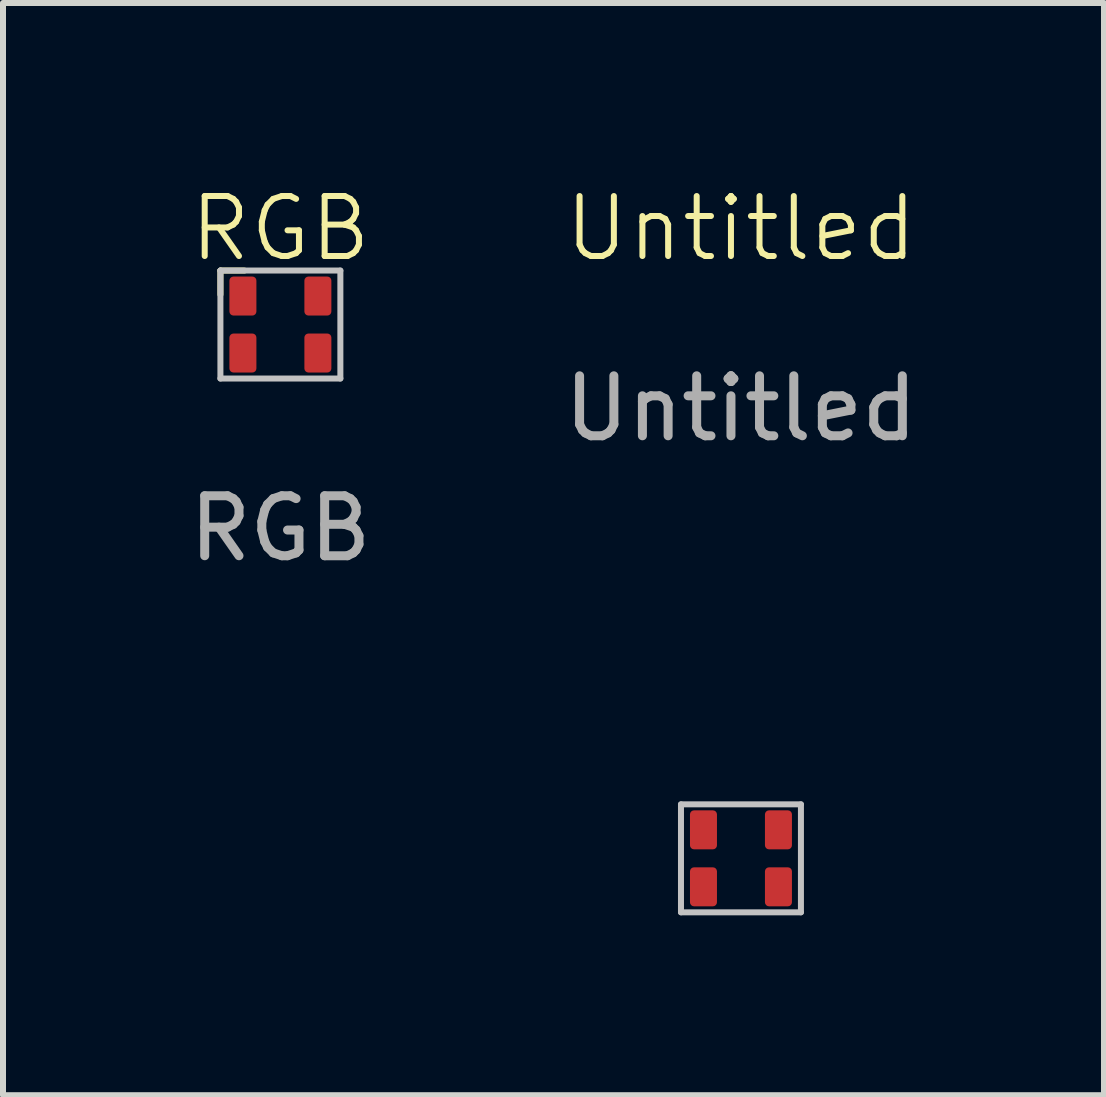
<source format=kicad_pcb>
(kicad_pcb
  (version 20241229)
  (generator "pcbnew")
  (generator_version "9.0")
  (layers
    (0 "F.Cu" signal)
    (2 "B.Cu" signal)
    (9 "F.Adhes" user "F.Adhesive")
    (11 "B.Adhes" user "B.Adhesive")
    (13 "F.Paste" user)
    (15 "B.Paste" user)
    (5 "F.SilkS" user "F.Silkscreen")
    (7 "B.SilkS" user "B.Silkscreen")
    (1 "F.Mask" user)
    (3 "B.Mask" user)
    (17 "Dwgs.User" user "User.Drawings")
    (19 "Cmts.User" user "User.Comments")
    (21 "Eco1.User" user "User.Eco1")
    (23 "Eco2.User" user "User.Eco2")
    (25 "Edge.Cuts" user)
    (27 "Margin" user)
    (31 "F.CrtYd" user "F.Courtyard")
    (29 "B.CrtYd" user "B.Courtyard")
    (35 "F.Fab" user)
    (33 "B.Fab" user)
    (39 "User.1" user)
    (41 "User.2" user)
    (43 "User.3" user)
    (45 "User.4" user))
  (footprint "Untitled"
    (layer "F.Cu")
    (at 9.304 11.261)
    (property "Reference" "Untitled" (at 0 -10.5 0) (unlocked yes) (layer "F.SilkS") (effects (font (size 1 1) (thickness 0.1))))
    (attr smd)
    (fp_line (start -1 -0.9) (end 1 -0.9) (stroke (width 0.1) (type default)) (layer "Dwgs.User"))
    (fp_line (start -1 0.9) (end -1 -0.9) (stroke (width 0.1) (type default)) (layer "Dwgs.User"))
    (fp_line (start 1 -0.9) (end 1 0.9) (stroke (width 0.1) (type default)) (layer "Dwgs.User"))
    (fp_line (start 1 0.9) (end -1 0.9) (stroke (width 0.1) (type default)) (layer "Dwgs.User"))
    (fp_text user "${REFERENCE}" (at 0 -7.5 0) (unlocked yes) (layer "F.Fab") (effects (font (size 1 1) (thickness 0.15))))
    (pad "1" smd roundrect (at -0.625 -0.475) (size 0.45 0.65) (layers "F.Cu" "F.Mask" "F.Paste") (roundrect_rratio 0.15))
    (pad "2" smd roundrect (at -0.625 0.475) (size 0.45 0.65) (layers "F.Cu" "F.Mask" "F.Paste") (roundrect_rratio 0.15))
    (pad "3" smd roundrect (at 0.625 0.475) (size 0.45 0.65) (layers "F.Cu" "F.Mask" "F.Paste") (roundrect_rratio 0.15))
    (pad "4" smd roundrect (at 0.625 -0.475) (size 0.45 0.65) (layers "F.Cu" "F.Mask" "F.Paste") (roundrect_rratio 0.15)))
  (footprint "RGB"
    (layer "F.Cu")
    (at 1.625 2.361)
    (property "Reference" "RGB" (at 0 -1.6 0) (unlocked yes) (layer "F.SilkS") (effects (font (size 1 1) (thickness 0.1))))
    (attr smd)
    (fp_line (start -1 -0.9) (end -1 -0.5) (stroke (width 0.1) (type default)) (layer "F.SilkS"))
    (fp_line (start -0.6 -0.9) (end -1 -0.9) (stroke (width 0.1) (type default)) (layer "F.SilkS"))
    (fp_line (start -1 -0.9) (end 1 -0.9) (stroke (width 0.1) (type default)) (layer "Dwgs.User"))
    (fp_line (start -1 0.9) (end -1 -0.9) (stroke (width 0.1) (type default)) (layer "Dwgs.User"))
    (fp_line (start 1 -0.9) (end 1 0.9) (stroke (width 0.1) (type default)) (layer "Dwgs.User"))
    (fp_line (start 1 0.9) (end -1 0.9) (stroke (width 0.1) (type default)) (layer "Dwgs.User"))
    (fp_text user "${REFERENCE}" (at 0 3.4 0) (unlocked yes) (layer "F.Fab") (effects (font (size 1 1) (thickness 0.15))))
    (pad "1" smd roundrect (at -0.625 -0.475) (size 0.45 0.65) (layers "F.Cu" "F.Mask" "F.Paste") (roundrect_rratio 0.15))
    (pad "2" smd roundrect (at -0.625 0.475) (size 0.45 0.65) (layers "F.Cu" "F.Mask" "F.Paste") (roundrect_rratio 0.15))
    (pad "3" smd roundrect (at 0.625 0.475) (size 0.45 0.65) (layers "F.Cu" "F.Mask" "F.Paste") (roundrect_rratio 0.15))
    (pad "4" smd roundrect (at 0.625 -0.475) (size 0.45 0.65) (layers "F.Cu" "F.Mask" "F.Paste") (roundrect_rratio 0.15)))
  (gr_rect
    (start -3 -3)
    (end 15.357 15.21)
    (stroke (width 0.1) (type default))
    (fill no)
    (layer "Edge.Cuts")))
</source>
